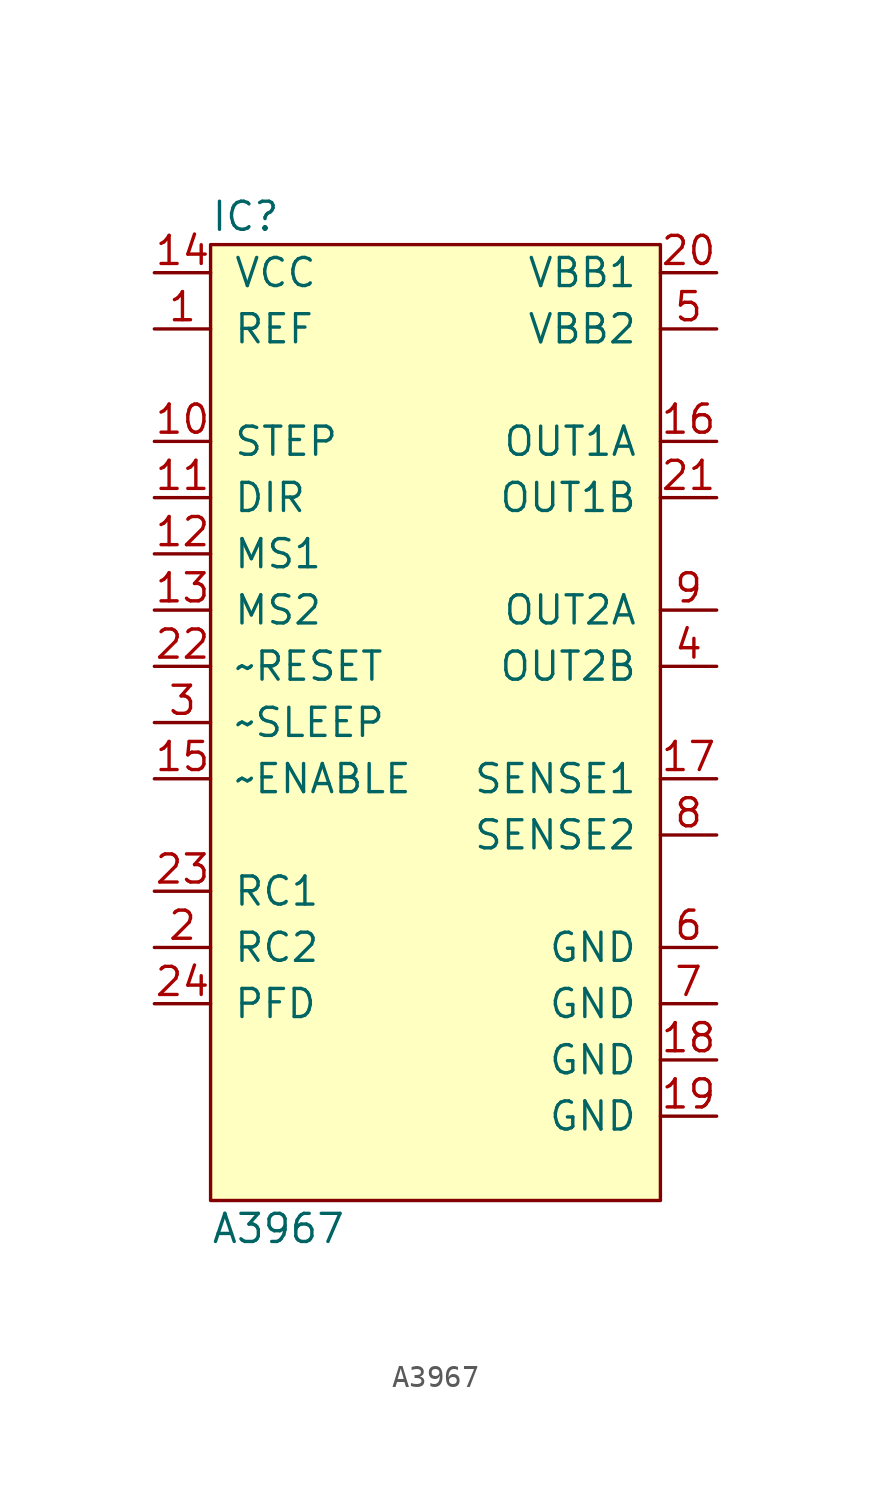
<source format=kicad_sym>
(kicad_symbol_lib
  (version 20211014)
  (generator agg_kicad.build_lib_ic)
  (symbol "A3967"
    (pin_names
      (offset 1.016))
    (property Reference IC
      (at -10.16 22.86 0)
      (effects (font (size 1.27 1.27)) (justify left)))
    (property Value "A3967"
      (at -10.16 -22.86 0)
      (effects (font (size 1.27 1.27)) (justify left)))
    (symbol "A3967_0_0"
      (rectangle (start -10.16 21.59) (end 10.16 -21.59) (stroke (width 0) (type default) (color 0 0 0 0)) (fill (type background)))
      (pin power_in line (at -12.7 20.32 0) (length 2.54) (name VCC (effects (font (size 1.27 1.27)))) (number "14" (effects (font (size 1.27 1.27)))))
      (pin input line (at -12.7 17.78 0) (length 2.54) (name REF (effects (font (size 1.27 1.27)))) (number "1" (effects (font (size 1.27 1.27)))))
      (pin input line (at -12.7 12.7 0) (length 2.54) (name STEP (effects (font (size 1.27 1.27)))) (number "10" (effects (font (size 1.27 1.27)))))
      (pin input line (at -12.7 10.16 0) (length 2.54) (name DIR (effects (font (size 1.27 1.27)))) (number "11" (effects (font (size 1.27 1.27)))))
      (pin input line (at -12.7 7.62 0) (length 2.54) (name "MS1" (effects (font (size 1.27 1.27)))) (number "12" (effects (font (size 1.27 1.27)))))
      (pin input line (at -12.7 5.08 0) (length 2.54) (name "MS2" (effects (font (size 1.27 1.27)))) (number "13" (effects (font (size 1.27 1.27)))))
      (pin input line (at -12.7 2.54 0) (length 2.54) (name "~RESET" (effects (font (size 1.27 1.27)))) (number "22" (effects (font (size 1.27 1.27)))))
      (pin input line (at -12.7 0 0) (length 2.54) (name "~SLEEP" (effects (font (size 1.27 1.27)))) (number "3" (effects (font (size 1.27 1.27)))))
      (pin input line (at -12.7 -2.54 0) (length 2.54) (name "~ENABLE" (effects (font (size 1.27 1.27)))) (number "15" (effects (font (size 1.27 1.27)))))
      (pin input line (at -12.7 -7.62 0) (length 2.54) (name "RC1" (effects (font (size 1.27 1.27)))) (number "23" (effects (font (size 1.27 1.27)))))
      (pin input line (at -12.7 -10.16 0) (length 2.54) (name "RC2" (effects (font (size 1.27 1.27)))) (number "2" (effects (font (size 1.27 1.27)))))
      (pin input line (at -12.7 -12.7 0) (length 2.54) (name PFD (effects (font (size 1.27 1.27)))) (number "24" (effects (font (size 1.27 1.27)))))
      (pin power_in line (at 12.7 20.32 180) (length 2.54) (name "VBB1" (effects (font (size 1.27 1.27)))) (number "20" (effects (font (size 1.27 1.27)))))
      (pin power_in line (at 12.7 17.78 180) (length 2.54) (name "VBB2" (effects (font (size 1.27 1.27)))) (number "5" (effects (font (size 1.27 1.27)))))
      (pin output line (at 12.7 12.7 180) (length 2.54) (name "OUT1A" (effects (font (size 1.27 1.27)))) (number "16" (effects (font (size 1.27 1.27)))))
      (pin output line (at 12.7 10.16 180) (length 2.54) (name "OUT1B" (effects (font (size 1.27 1.27)))) (number "21" (effects (font (size 1.27 1.27)))))
      (pin output line (at 12.7 5.08 180) (length 2.54) (name "OUT2A" (effects (font (size 1.27 1.27)))) (number "9" (effects (font (size 1.27 1.27)))))
      (pin output line (at 12.7 2.54 180) (length 2.54) (name "OUT2B" (effects (font (size 1.27 1.27)))) (number "4" (effects (font (size 1.27 1.27)))))
      (pin input line (at 12.7 -2.54 180) (length 2.54) (name "SENSE1" (effects (font (size 1.27 1.27)))) (number "17" (effects (font (size 1.27 1.27)))))
      (pin input line (at 12.7 -5.08 180) (length 2.54) (name "SENSE2" (effects (font (size 1.27 1.27)))) (number "8" (effects (font (size 1.27 1.27)))))
      (pin power_in line (at 12.7 -10.16 180) (length 2.54) (name GND (effects (font (size 1.27 1.27)))) (number "6" (effects (font (size 1.27 1.27)))))
      (pin power_in line (at 12.7 -12.7 180) (length 2.54) (name GND (effects (font (size 1.27 1.27)))) (number "7" (effects (font (size 1.27 1.27)))))
      (pin power_in line (at 12.7 -15.24 180) (length 2.54) (name GND (effects (font (size 1.27 1.27)))) (number "18" (effects (font (size 1.27 1.27)))))
      (pin power_in line (at 12.7 -17.78 180) (length 2.54) (name GND (effects (font (size 1.27 1.27)))) (number "19" (effects (font (size 1.27 1.27))))))))
</source>
